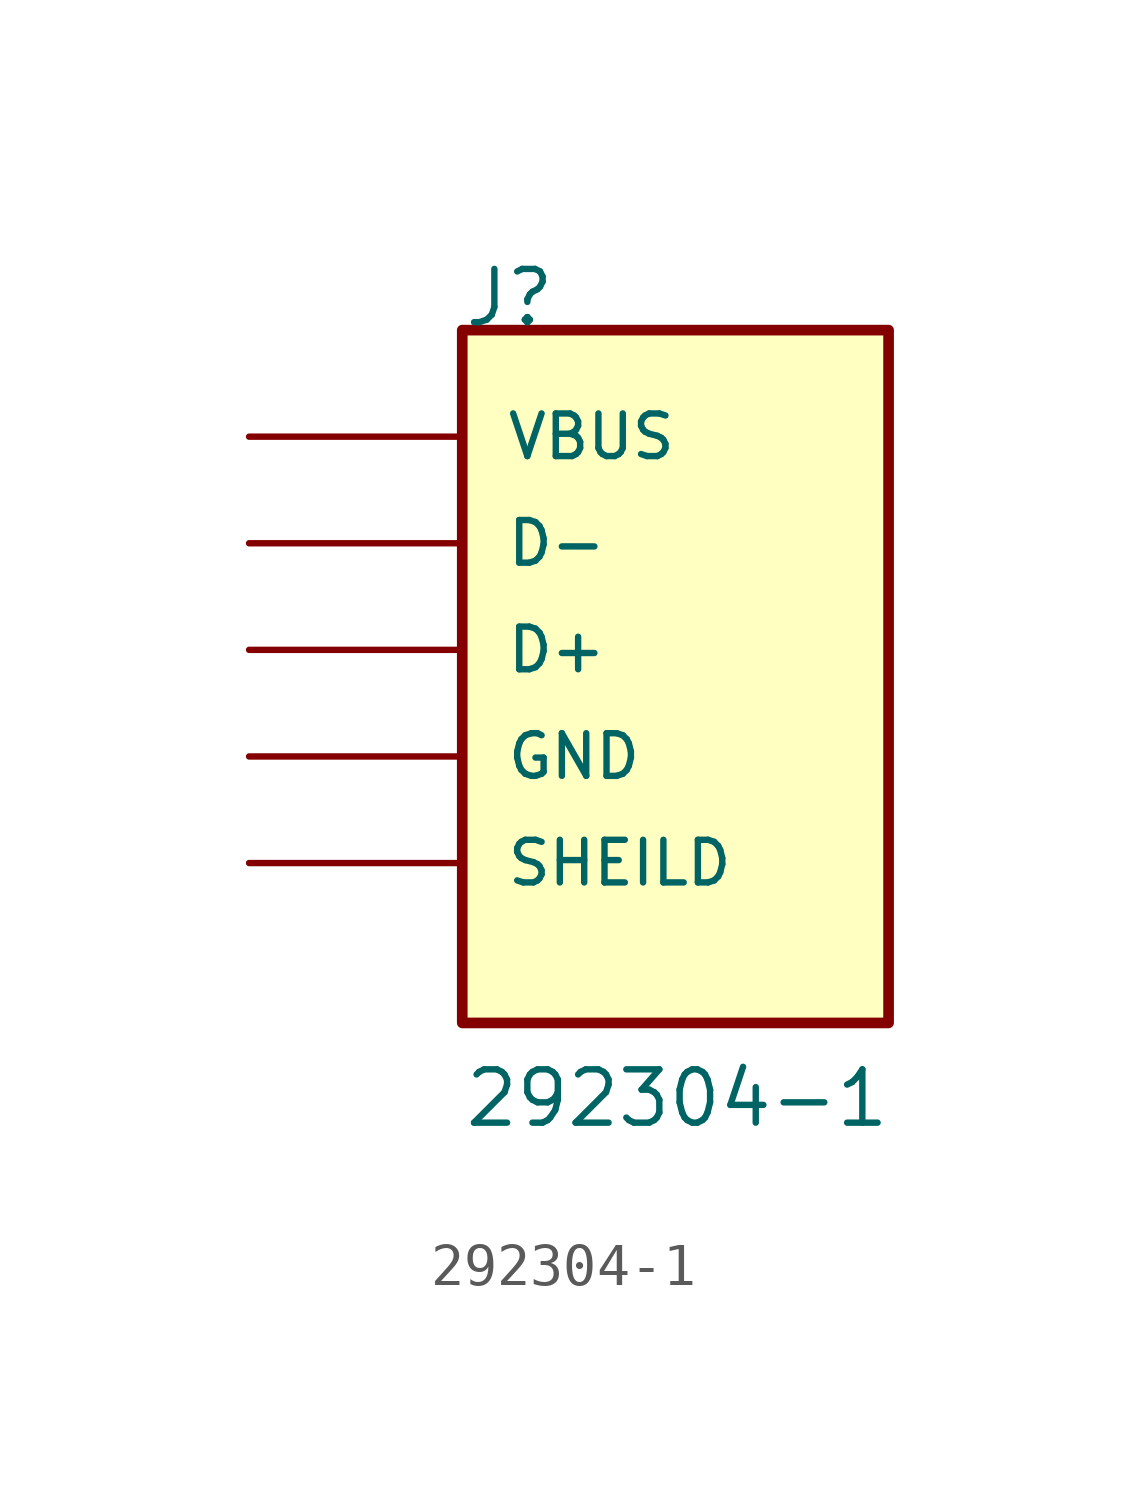
<source format=kicad_sym>
(kicad_symbol_lib
  (version 20211014)
  (generator kicad_symbol_editor)
  (symbol "292304-1"
    (pin_numbers hide)
    (pin_names
      (offset 1.016))
    (property "Reference" "J"
      (at -5.08 7.645 0)
      (effects (font (size 1.27 1.27)) (justify left bottom)))
    (property "Value" "292304-1"
      (at -5.08 -11.43 0)
      (effects (font (size 1.27 1.27)) (justify left bottom)))
    (property "ki_locked" ""
      (at 0 0 0)
      (effects (font (size 1.27 1.27))))
    (symbol "292304-1_0_0"
      (rectangle (start -5.08 7.62) (end 5.08 -8.89) (stroke (width 0.254) (type default) (color 0 0 0 0)) (fill (type background)))
      (pin power_in line (at -10.16 -5.08 0) (length 5.08) (name "SHEILD" (effects (font (size 1.016 1.016)))) (number "0" (effects (font (size 1.016 1.016)))))
      (pin power_in line (at -10.16 5.08 0) (length 5.08) (name "VBUS" (effects (font (size 1.016 1.016)))) (number "1" (effects (font (size 1.016 1.016)))))
      (pin bidirectional line (at -10.16 2.54 0) (length 5.08) (name "D-" (effects (font (size 1.016 1.016)))) (number "2" (effects (font (size 1.016 1.016)))))
      (pin bidirectional line (at -10.16 0 0) (length 5.08) (name "D+" (effects (font (size 1.016 1.016)))) (number "3" (effects (font (size 1.016 1.016)))))
      (pin power_in line (at -10.16 -2.54 0) (length 5.08) (name "GND" (effects (font (size 1.016 1.016)))) (number "4" (effects (font (size 1.016 1.016))))))))
</source>
